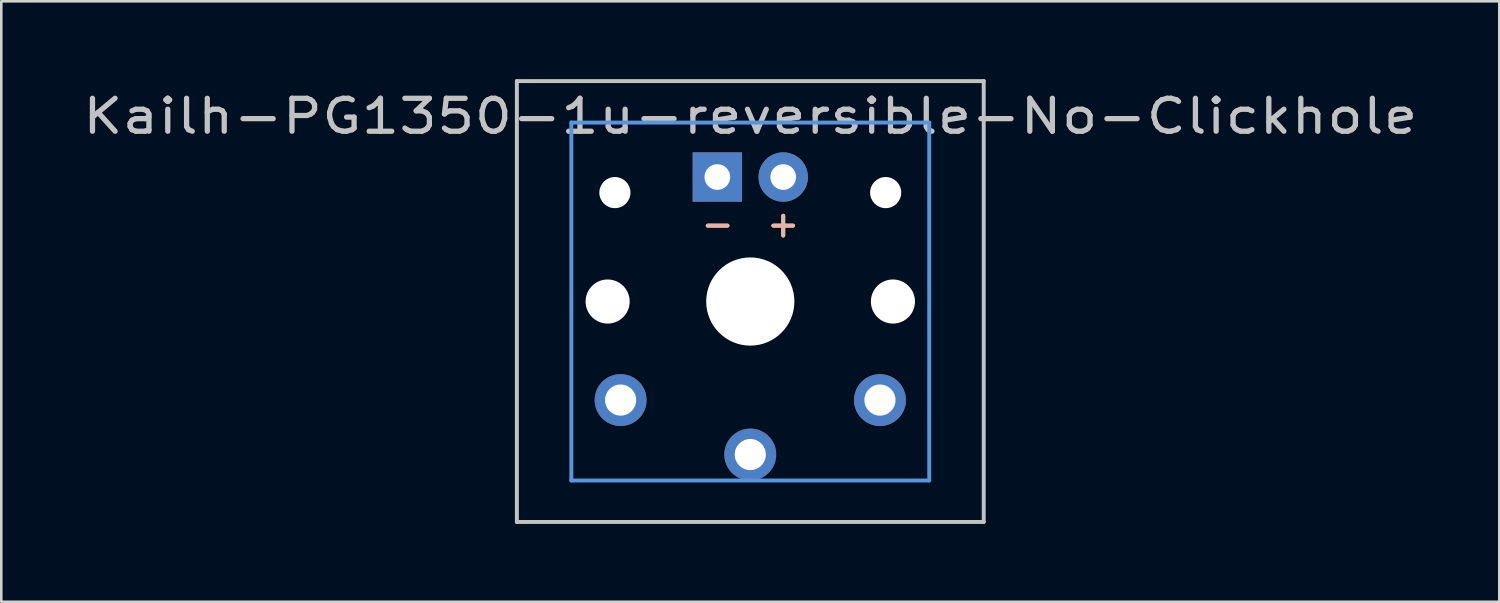
<source format=kicad_pcb>
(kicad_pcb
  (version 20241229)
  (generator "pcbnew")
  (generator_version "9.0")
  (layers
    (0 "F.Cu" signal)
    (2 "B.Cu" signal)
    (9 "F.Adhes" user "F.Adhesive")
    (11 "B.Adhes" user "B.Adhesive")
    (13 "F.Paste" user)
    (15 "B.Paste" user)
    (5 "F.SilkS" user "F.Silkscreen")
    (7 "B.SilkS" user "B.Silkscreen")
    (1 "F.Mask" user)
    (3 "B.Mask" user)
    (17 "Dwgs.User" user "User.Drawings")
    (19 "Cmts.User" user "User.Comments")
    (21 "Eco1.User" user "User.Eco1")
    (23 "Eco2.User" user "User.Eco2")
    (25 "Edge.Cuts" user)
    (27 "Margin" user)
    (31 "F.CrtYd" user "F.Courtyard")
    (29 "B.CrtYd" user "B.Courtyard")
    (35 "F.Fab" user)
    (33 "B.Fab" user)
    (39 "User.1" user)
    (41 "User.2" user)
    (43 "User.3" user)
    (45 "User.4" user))
  (footprint "Kailh-PG1350-1u-reversible-No-Clickhole"
    (layer "F.Cu")
    (at 25.879 8.576)
    (property "Reference" "Kailh-PG1350-1u-reversible-No-Clickhole" (at 0 -7.144 180) (layer "Dwgs.User") (effects (font (size 1.27 1.524) (thickness 0.203))))
    (attr through_hole)
    (fp_line (start -9 -8.5) (end 9 -8.5) (stroke (width 0.152) (type solid)) (layer "Dwgs.User"))
    (fp_line (start -9 8.5) (end -9 -8.5) (stroke (width 0.152) (type solid)) (layer "Dwgs.User"))
    (fp_line (start 9 -8.5) (end 9 8.5) (stroke (width 0.152) (type solid)) (layer "Dwgs.User"))
    (fp_line (start 9 8.5) (end -9 8.5) (stroke (width 0.152) (type solid)) (layer "Dwgs.User"))
    (fp_line (start -6.9 -6.9) (end 6.9 -6.9) (stroke (width 0.152) (type solid)) (layer "Cmts.User"))
    (fp_line (start -6.9 6.9) (end -6.9 -6.9) (stroke (width 0.152) (type solid)) (layer "Cmts.User"))
    (fp_line (start 6.9 -6.9) (end 6.9 6.9) (stroke (width 0.152) (type solid)) (layer "Cmts.User"))
    (fp_line (start 6.9 6.9) (end -6.9 6.9) (stroke (width 0.152) (type solid)) (layer "Cmts.User"))
    (fp_line (start -7.5 -7.5) (end 7.5 -7.5) (stroke (width 0.152) (type solid)) (layer "Eco2.User"))
    (fp_line (start -7.5 7.5) (end -7.5 -7.5) (stroke (width 0.152) (type solid)) (layer "Eco2.User"))
    (fp_line (start 7.5 -7.5) (end 7.5 7.5) (stroke (width 0.152) (type solid)) (layer "Eco2.User"))
    (fp_line (start 7.5 7.5) (end -7.5 7.5) (stroke (width 0.152) (type solid)) (layer "Eco2.User"))
    (fp_text user "+" (at 1.27 -3 180) (layer "F.SilkS") (effects (font (size 1 1) (thickness 0.15))))
    (fp_text user "-" (at -1.26 -3 180) (layer "F.SilkS") (effects (font (size 1 1) (thickness 0.15))))
    (fp_text user "-" (at -1.26 -3 180) (layer "B.SilkS") (effects (font (size 1 1) (thickness 0.15)) (justify mirror)))
    (fp_text user "+" (at 1.27 -3 180) (layer "B.SilkS") (effects (font (size 1 1) (thickness 0.15)) (justify mirror)))
    (pad "" np_thru_hole circle (at -5.5 0 180) (size 1.7 1.7) (drill 1.7) (layers "*.Cu" "*.Mask"))
    (pad "" np_thru_hole circle (at -5.22 -4.2 180) (size 1.2 1.2) (drill 1.2) (layers "*.Cu"))
    (pad "" np_thru_hole circle (at 0 0 180) (size 3.4 3.4) (drill 3.4) (layers "*.Cu" "*.Mask"))
    (pad "" np_thru_hole circle (at 5.22 -4.2 180) (size 1.2 1.2) (drill 1.2) (layers "*.Cu"))
    (pad "" np_thru_hole circle (at 5.5 0 180) (size 1.7 1.7) (drill 1.7) (layers "*.Cu" "*.Mask"))
    (pad "1" thru_hole circle (at 0 5.9 180) (size 2 2) (drill 1.2) (layers "*.Cu" "*.Mask"))
    (pad "2" thru_hole circle (at -5 3.8 41.9) (size 2 2) (drill 1.2) (layers "*.Cu" "B.Mask"))
    (pad "2" thru_hole circle (at 5 3.8 41.9) (size 2 2) (drill 1.2) (layers "*.Cu" "F.Mask"))
    (pad "3" thru_hole circle (at 1.27 -4.8 180) (size 1.905 1.905) (drill 0.991) (layers "*.Cu" "*.Mask"))
    (pad "4" thru_hole rect (at -1.27 -4.8 180) (size 1.905 1.905) (drill 0.991) (layers "*.Cu" "*.Mask")))
  (gr_rect
    (start -3 -3)
    (end 54.758 20.152)
    (stroke (width 0.1) (type default))
    (fill no)
    (layer "Edge.Cuts")))
</source>
